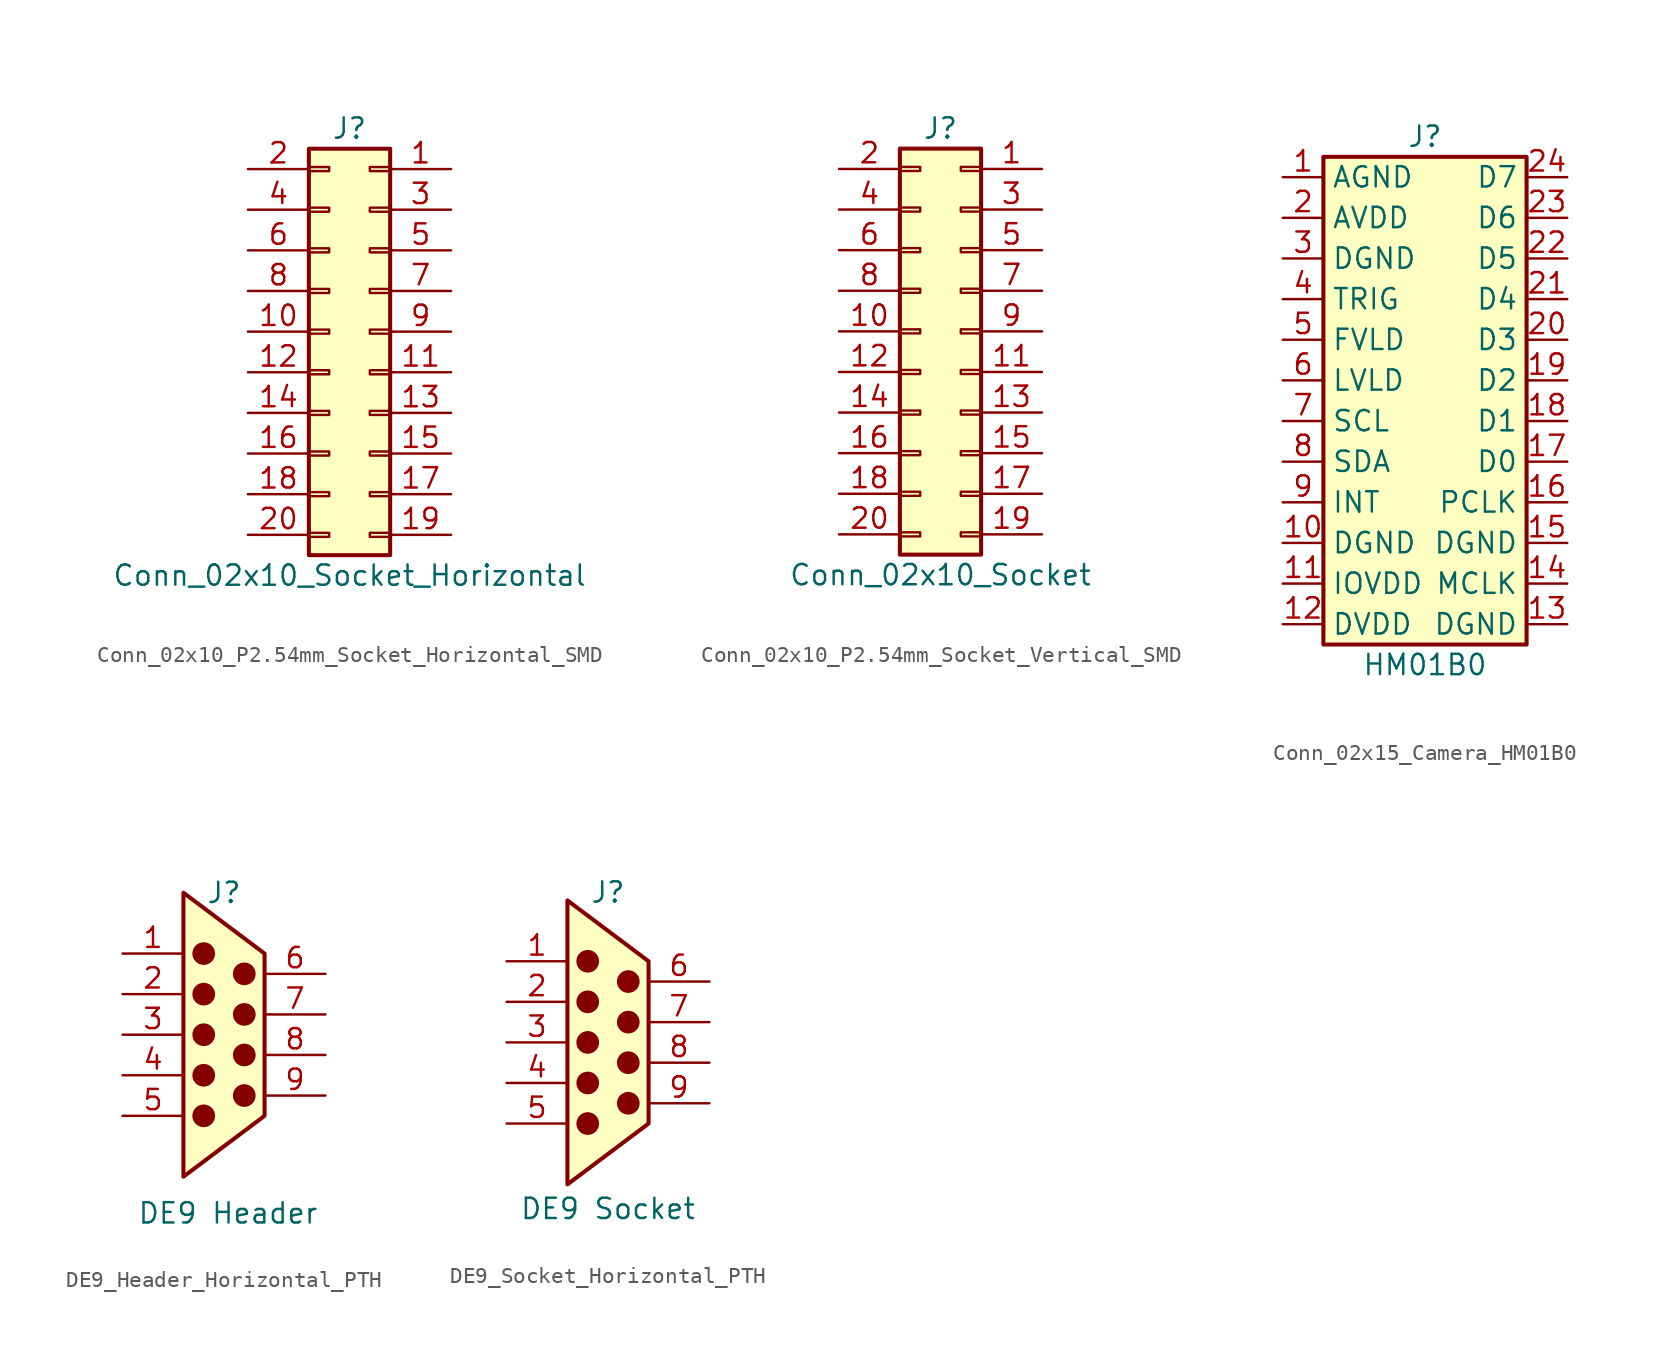
<source format=kicad_sym>
(kicad_symbol_lib
  (version 20241209)
  (generator "kicad_symbol_editor")
  (generator_version "9.0")
  (symbol "Conn_02x10_P2.54mm_Socket_Horizontal_SMD"
    (pin_names
      (offset 1.016)
      (hide yes))
    (property "Reference" "J"
      (at 0 12.7 0)
      (effects (font (size 1.27 1.27))))
    (property "Value" "Conn_02x10_Socket_Horizontal"
      (at 0 -15.24 0)
      (effects (font (size 1.27 1.27))))
    (symbol "Conn_02x10_P2.54mm_Socket_Horizontal_SMD_1_1"
      (rectangle (start -1.27 10.287) (end -2.54 10.033) (stroke (width 0.152) (type default)) (fill (type none)))
      (rectangle (start -1.27 7.747) (end -2.54 7.493) (stroke (width 0.152) (type default)) (fill (type none)))
      (rectangle (start -1.27 5.207) (end -2.54 4.953) (stroke (width 0.152) (type default)) (fill (type none)))
      (rectangle (start -1.27 2.667) (end -2.54 2.413) (stroke (width 0.152) (type default)) (fill (type none)))
      (rectangle (start -1.27 0.127) (end -2.54 -0.127) (stroke (width 0.152) (type default)) (fill (type none)))
      (rectangle (start -1.27 -2.413) (end -2.54 -2.667) (stroke (width 0.152) (type default)) (fill (type none)))
      (rectangle (start -1.27 -4.953) (end -2.54 -5.207) (stroke (width 0.152) (type default)) (fill (type none)))
      (rectangle (start -1.27 -7.493) (end -2.54 -7.747) (stroke (width 0.152) (type default)) (fill (type none)))
      (rectangle (start -1.27 -10.033) (end -2.54 -10.287) (stroke (width 0.152) (type default)) (fill (type none)))
      (rectangle (start -1.27 -12.573) (end -2.54 -12.827) (stroke (width 0.152) (type default)) (fill (type none)))
      (rectangle (start 2.54 11.43) (end -2.54 -13.97) (stroke (width 0.254) (type default)) (fill (type background)))
      (rectangle (start 2.54 10.287) (end 1.27 10.033) (stroke (width 0.152) (type default)) (fill (type none)))
      (rectangle (start 2.54 7.747) (end 1.27 7.493) (stroke (width 0.152) (type default)) (fill (type none)))
      (rectangle (start 2.54 5.207) (end 1.27 4.953) (stroke (width 0.152) (type default)) (fill (type none)))
      (rectangle (start 2.54 2.667) (end 1.27 2.413) (stroke (width 0.152) (type default)) (fill (type none)))
      (rectangle (start 2.54 0.127) (end 1.27 -0.127) (stroke (width 0.152) (type default)) (fill (type none)))
      (rectangle (start 2.54 -2.413) (end 1.27 -2.667) (stroke (width 0.152) (type default)) (fill (type none)))
      (rectangle (start 2.54 -4.953) (end 1.27 -5.207) (stroke (width 0.152) (type default)) (fill (type none)))
      (rectangle (start 2.54 -7.493) (end 1.27 -7.747) (stroke (width 0.152) (type default)) (fill (type none)))
      (rectangle (start 2.54 -10.033) (end 1.27 -10.287) (stroke (width 0.152) (type default)) (fill (type none)))
      (rectangle (start 2.54 -12.573) (end 1.27 -12.827) (stroke (width 0.152) (type default)) (fill (type none)))
      (pin passive line (at -6.35 10.16 0) (length 3.81) (name "Pin_2" (effects (font (size 1.27 1.27)))) (number "2" (effects (font (size 1.27 1.27)))))
      (pin passive line (at -6.35 7.62 0) (length 3.81) (name "Pin_4" (effects (font (size 1.27 1.27)))) (number "4" (effects (font (size 1.27 1.27)))))
      (pin passive line (at -6.35 5.08 0) (length 3.81) (name "Pin_6" (effects (font (size 1.27 1.27)))) (number "6" (effects (font (size 1.27 1.27)))))
      (pin passive line (at -6.35 2.54 0) (length 3.81) (name "Pin_8" (effects (font (size 1.27 1.27)))) (number "8" (effects (font (size 1.27 1.27)))))
      (pin passive line (at -6.35 0 0) (length 3.81) (name "Pin_10" (effects (font (size 1.27 1.27)))) (number "10" (effects (font (size 1.27 1.27)))))
      (pin passive line (at -6.35 -2.54 0) (length 3.81) (name "Pin_12" (effects (font (size 1.27 1.27)))) (number "12" (effects (font (size 1.27 1.27)))))
      (pin passive line (at -6.35 -5.08 0) (length 3.81) (name "Pin_14" (effects (font (size 1.27 1.27)))) (number "14" (effects (font (size 1.27 1.27)))))
      (pin passive line (at -6.35 -7.62 0) (length 3.81) (name "Pin_16" (effects (font (size 1.27 1.27)))) (number "16" (effects (font (size 1.27 1.27)))))
      (pin passive line (at -6.35 -10.16 0) (length 3.81) (name "Pin_18" (effects (font (size 1.27 1.27)))) (number "18" (effects (font (size 1.27 1.27)))))
      (pin passive line (at -6.35 -12.7 0) (length 3.81) (name "Pin_20" (effects (font (size 1.27 1.27)))) (number "20" (effects (font (size 1.27 1.27)))))
      (pin passive line (at 6.35 10.16 180) (length 3.81) (name "Pin_1" (effects (font (size 1.27 1.27)))) (number "1" (effects (font (size 1.27 1.27)))))
      (pin passive line (at 6.35 7.62 180) (length 3.81) (name "Pin_3" (effects (font (size 1.27 1.27)))) (number "3" (effects (font (size 1.27 1.27)))))
      (pin passive line (at 6.35 5.08 180) (length 3.81) (name "Pin_5" (effects (font (size 1.27 1.27)))) (number "5" (effects (font (size 1.27 1.27)))))
      (pin passive line (at 6.35 2.54 180) (length 3.81) (name "Pin_7" (effects (font (size 1.27 1.27)))) (number "7" (effects (font (size 1.27 1.27)))))
      (pin passive line (at 6.35 0 180) (length 3.81) (name "Pin_9" (effects (font (size 1.27 1.27)))) (number "9" (effects (font (size 1.27 1.27)))))
      (pin passive line (at 6.35 -2.54 180) (length 3.81) (name "Pin_11" (effects (font (size 1.27 1.27)))) (number "11" (effects (font (size 1.27 1.27)))))
      (pin passive line (at 6.35 -5.08 180) (length 3.81) (name "Pin_13" (effects (font (size 1.27 1.27)))) (number "13" (effects (font (size 1.27 1.27)))))
      (pin passive line (at 6.35 -7.62 180) (length 3.81) (name "Pin_15" (effects (font (size 1.27 1.27)))) (number "15" (effects (font (size 1.27 1.27)))))
      (pin passive line (at 6.35 -10.16 180) (length 3.81) (name "Pin_17" (effects (font (size 1.27 1.27)))) (number "17" (effects (font (size 1.27 1.27)))))
      (pin passive line (at 6.35 -12.7 180) (length 3.81) (name "Pin_19" (effects (font (size 1.27 1.27)))) (number "19" (effects (font (size 1.27 1.27)))))))
  (symbol "Conn_02x10_P2.54mm_Socket_Vertical_SMD"
    (pin_names
      (offset 1.016)
      (hide yes))
    (property "Reference" "J"
      (at 0 12.7 0)
      (effects (font (size 1.27 1.27))))
    (property "Value" "Conn_02x10_Socket"
      (at 0 -15.24 0)
      (effects (font (size 1.27 1.27))))
    (symbol "Conn_02x10_P2.54mm_Socket_Vertical_SMD_1_1"
      (rectangle (start -2.54 11.43) (end 2.54 -13.97) (stroke (width 0.254) (type default)) (fill (type background)))
      (rectangle (start -2.54 10.287) (end -1.27 10.033) (stroke (width 0.152) (type default)) (fill (type none)))
      (rectangle (start -2.54 7.747) (end -1.27 7.493) (stroke (width 0.152) (type default)) (fill (type none)))
      (rectangle (start -2.54 5.207) (end -1.27 4.953) (stroke (width 0.152) (type default)) (fill (type none)))
      (rectangle (start -2.54 2.667) (end -1.27 2.413) (stroke (width 0.152) (type default)) (fill (type none)))
      (rectangle (start -2.54 0.127) (end -1.27 -0.127) (stroke (width 0.152) (type default)) (fill (type none)))
      (rectangle (start -2.54 -2.413) (end -1.27 -2.667) (stroke (width 0.152) (type default)) (fill (type none)))
      (rectangle (start -2.54 -4.953) (end -1.27 -5.207) (stroke (width 0.152) (type default)) (fill (type none)))
      (rectangle (start -2.54 -7.493) (end -1.27 -7.747) (stroke (width 0.152) (type default)) (fill (type none)))
      (rectangle (start -2.54 -10.033) (end -1.27 -10.287) (stroke (width 0.152) (type default)) (fill (type none)))
      (rectangle (start -2.54 -12.573) (end -1.27 -12.827) (stroke (width 0.152) (type default)) (fill (type none)))
      (rectangle (start 1.27 10.287) (end 2.54 10.033) (stroke (width 0.152) (type default)) (fill (type none)))
      (rectangle (start 1.27 7.747) (end 2.54 7.493) (stroke (width 0.152) (type default)) (fill (type none)))
      (rectangle (start 1.27 5.207) (end 2.54 4.953) (stroke (width 0.152) (type default)) (fill (type none)))
      (rectangle (start 1.27 2.667) (end 2.54 2.413) (stroke (width 0.152) (type default)) (fill (type none)))
      (rectangle (start 1.27 0.127) (end 2.54 -0.127) (stroke (width 0.152) (type default)) (fill (type none)))
      (rectangle (start 1.27 -2.413) (end 2.54 -2.667) (stroke (width 0.152) (type default)) (fill (type none)))
      (rectangle (start 1.27 -4.953) (end 2.54 -5.207) (stroke (width 0.152) (type default)) (fill (type none)))
      (rectangle (start 1.27 -7.493) (end 2.54 -7.747) (stroke (width 0.152) (type default)) (fill (type none)))
      (rectangle (start 1.27 -10.033) (end 2.54 -10.287) (stroke (width 0.152) (type default)) (fill (type none)))
      (rectangle (start 1.27 -12.573) (end 2.54 -12.827) (stroke (width 0.152) (type default)) (fill (type none)))
      (pin passive line (at -6.35 10.16 0) (length 3.81) (name "Pin_2" (effects (font (size 1.27 1.27)))) (number "2" (effects (font (size 1.27 1.27)))))
      (pin passive line (at -6.35 7.62 0) (length 3.81) (name "Pin_4" (effects (font (size 1.27 1.27)))) (number "4" (effects (font (size 1.27 1.27)))))
      (pin passive line (at -6.35 5.08 0) (length 3.81) (name "Pin_6" (effects (font (size 1.27 1.27)))) (number "6" (effects (font (size 1.27 1.27)))))
      (pin passive line (at -6.35 2.54 0) (length 3.81) (name "Pin_8" (effects (font (size 1.27 1.27)))) (number "8" (effects (font (size 1.27 1.27)))))
      (pin passive line (at -6.35 0 0) (length 3.81) (name "Pin_10" (effects (font (size 1.27 1.27)))) (number "10" (effects (font (size 1.27 1.27)))))
      (pin passive line (at -6.35 -2.54 0) (length 3.81) (name "Pin_12" (effects (font (size 1.27 1.27)))) (number "12" (effects (font (size 1.27 1.27)))))
      (pin passive line (at -6.35 -5.08 0) (length 3.81) (name "Pin_14" (effects (font (size 1.27 1.27)))) (number "14" (effects (font (size 1.27 1.27)))))
      (pin passive line (at -6.35 -7.62 0) (length 3.81) (name "Pin_16" (effects (font (size 1.27 1.27)))) (number "16" (effects (font (size 1.27 1.27)))))
      (pin passive line (at -6.35 -10.16 0) (length 3.81) (name "Pin_18" (effects (font (size 1.27 1.27)))) (number "18" (effects (font (size 1.27 1.27)))))
      (pin passive line (at -6.35 -12.7 0) (length 3.81) (name "Pin_20" (effects (font (size 1.27 1.27)))) (number "20" (effects (font (size 1.27 1.27)))))
      (pin passive line (at 6.35 10.16 180) (length 3.81) (name "Pin_1" (effects (font (size 1.27 1.27)))) (number "1" (effects (font (size 1.27 1.27)))))
      (pin passive line (at 6.35 7.62 180) (length 3.81) (name "Pin_3" (effects (font (size 1.27 1.27)))) (number "3" (effects (font (size 1.27 1.27)))))
      (pin passive line (at 6.35 5.08 180) (length 3.81) (name "Pin_5" (effects (font (size 1.27 1.27)))) (number "5" (effects (font (size 1.27 1.27)))))
      (pin passive line (at 6.35 2.54 180) (length 3.81) (name "Pin_7" (effects (font (size 1.27 1.27)))) (number "7" (effects (font (size 1.27 1.27)))))
      (pin passive line (at 6.35 0 180) (length 3.81) (name "Pin_9" (effects (font (size 1.27 1.27)))) (number "9" (effects (font (size 1.27 1.27)))))
      (pin passive line (at 6.35 -2.54 180) (length 3.81) (name "Pin_11" (effects (font (size 1.27 1.27)))) (number "11" (effects (font (size 1.27 1.27)))))
      (pin passive line (at 6.35 -5.08 180) (length 3.81) (name "Pin_13" (effects (font (size 1.27 1.27)))) (number "13" (effects (font (size 1.27 1.27)))))
      (pin passive line (at 6.35 -7.62 180) (length 3.81) (name "Pin_15" (effects (font (size 1.27 1.27)))) (number "15" (effects (font (size 1.27 1.27)))))
      (pin passive line (at 6.35 -10.16 180) (length 3.81) (name "Pin_17" (effects (font (size 1.27 1.27)))) (number "17" (effects (font (size 1.27 1.27)))))
      (pin passive line (at 6.35 -12.7 180) (length 3.81) (name "Pin_19" (effects (font (size 1.27 1.27)))) (number "19" (effects (font (size 1.27 1.27)))))))
  (symbol "Conn_02x15_Camera_HM01B0"
    (property "Reference" "J"
      (at 0 16.51 0)
      (effects (font (size 1.27 1.27))))
    (property "Value" "HM01B0"
      (at 0 -16.51 0)
      (effects (font (size 1.27 1.27))))
    (symbol "Conn_02x15_Camera_HM01B0_1_1"
      (rectangle (start -6.35 15.24) (end 6.35 -15.24) (stroke (width 0.254) (type default)) (fill (type background)))
      (pin power_out line (at -8.89 13.97 0) (length 2.54) (name "AGND" (effects (font (size 1.27 1.27)))) (number "1" (effects (font (size 1.27 1.27)))))
      (pin power_in line (at -8.89 11.43 0) (length 2.54) (name "AVDD" (effects (font (size 1.27 1.27)))) (number "2" (effects (font (size 1.27 1.27)))))
      (pin power_out line (at -8.89 8.89 0) (length 2.54) (name "DGND" (effects (font (size 1.27 1.27)))) (number "3" (effects (font (size 1.27 1.27)))))
      (pin input line (at -8.89 6.35 0) (length 2.54) (name "TRIG" (effects (font (size 1.27 1.27)))) (number "4" (effects (font (size 1.27 1.27)))))
      (pin output line (at -8.89 3.81 0) (length 2.54) (name "FVLD" (effects (font (size 1.27 1.27)))) (number "5" (effects (font (size 1.27 1.27)))))
      (pin output line (at -8.89 1.27 0) (length 2.54) (name "LVLD" (effects (font (size 1.27 1.27)))) (number "6" (effects (font (size 1.27 1.27)))))
      (pin input line (at -8.89 -1.27 0) (length 2.54) (name "SCL" (effects (font (size 1.27 1.27)))) (number "7" (effects (font (size 1.27 1.27)))))
      (pin bidirectional line (at -8.89 -3.81 0) (length 2.54) (name "SDA" (effects (font (size 1.27 1.27)))) (number "8" (effects (font (size 1.27 1.27)))))
      (pin output line (at -8.89 -6.35 0) (length 2.54) (name "INT" (effects (font (size 1.27 1.27)))) (number "9" (effects (font (size 1.27 1.27)))))
      (pin power_out line (at -8.89 -8.89 0) (length 2.54) (name "DGND" (effects (font (size 1.27 1.27)))) (number "10" (effects (font (size 1.27 1.27)))))
      (pin power_in line (at -8.89 -11.43 0) (length 2.54) (name "IOVDD" (effects (font (size 1.27 1.27)))) (number "11" (effects (font (size 1.27 1.27)))))
      (pin power_in line (at -8.89 -13.97 0) (length 2.54) (name "DVDD" (effects (font (size 1.27 1.27)))) (number "12" (effects (font (size 1.27 1.27)))))
      (pin output line (at 8.89 13.97 180) (length 2.54) (name "D7" (effects (font (size 1.27 1.27)))) (number "24" (effects (font (size 1.27 1.27)))))
      (pin output line (at 8.89 11.43 180) (length 2.54) (name "D6" (effects (font (size 1.27 1.27)))) (number "23" (effects (font (size 1.27 1.27)))))
      (pin output line (at 8.89 8.89 180) (length 2.54) (name "D5" (effects (font (size 1.27 1.27)))) (number "22" (effects (font (size 1.27 1.27)))))
      (pin output line (at 8.89 6.35 180) (length 2.54) (name "D4" (effects (font (size 1.27 1.27)))) (number "21" (effects (font (size 1.27 1.27)))))
      (pin output line (at 8.89 3.81 180) (length 2.54) (name "D3" (effects (font (size 1.27 1.27)))) (number "20" (effects (font (size 1.27 1.27)))))
      (pin output line (at 8.89 1.27 180) (length 2.54) (name "D2" (effects (font (size 1.27 1.27)))) (number "19" (effects (font (size 1.27 1.27)))))
      (pin output line (at 8.89 -1.27 180) (length 2.54) (name "D1" (effects (font (size 1.27 1.27)))) (number "18" (effects (font (size 1.27 1.27)))))
      (pin output line (at 8.89 -3.81 180) (length 2.54) (name "D0" (effects (font (size 1.27 1.27)))) (number "17" (effects (font (size 1.27 1.27)))))
      (pin output line (at 8.89 -6.35 180) (length 2.54) (name "PCLK" (effects (font (size 1.27 1.27)))) (number "16" (effects (font (size 1.27 1.27)))))
      (pin power_out line (at 8.89 -8.89 180) (length 2.54) (name "DGND" (effects (font (size 1.27 1.27)))) (number "15" (effects (font (size 1.27 1.27)))))
      (pin input line (at 8.89 -11.43 180) (length 2.54) (name "MCLK" (effects (font (size 1.27 1.27)))) (number "14" (effects (font (size 1.27 1.27)))))
      (pin power_out line (at 8.89 -13.97 180) (length 2.54) (name "DGND" (effects (font (size 1.27 1.27)))) (number "13" (effects (font (size 1.27 1.27)))))))
  (symbol "DE9_Header_Horizontal_PTH"
    (pin_names
      (hide yes))
    (property "Reference" "J"
      (at 0 8.89 0)
      (effects (font (size 1.27 1.27))))
    (property "Value" "DE9 Header"
      (at 0.254 -11.176 0)
      (effects (font (size 1.27 1.27))))
    (symbol "DE9_Header_Horizontal_PTH_0_1"
      (polyline (pts (xy -2.54 -8.89) (xy -2.54 8.89) (xy 2.54 5.08) (xy 2.54 -5.08) (xy -2.54 -8.89)) (stroke (width 0.254) (type default)) (fill (type background))))
    (symbol "DE9_Header_Horizontal_PTH_1_1"
      (circle (center -1.27 5.08) (radius 0.635) (stroke (width 0) (type solid)) (fill (type outline)))
      (circle (center -1.27 2.54) (radius 0.635) (stroke (width 0) (type solid)) (fill (type outline)))
      (circle (center -1.27 0) (radius 0.635) (stroke (width 0) (type solid)) (fill (type outline)))
      (circle (center -1.27 -2.54) (radius 0.635) (stroke (width 0) (type solid)) (fill (type outline)))
      (circle (center -1.27 -5.08) (radius 0.635) (stroke (width 0) (type solid)) (fill (type outline)))
      (circle (center 1.27 3.81) (radius 0.635) (stroke (width 0) (type solid)) (fill (type outline)))
      (circle (center 1.27 1.27) (radius 0.635) (stroke (width 0) (type solid)) (fill (type outline)))
      (circle (center 1.27 -1.27) (radius 0.635) (stroke (width 0) (type solid)) (fill (type outline)))
      (circle (center 1.27 -3.81) (radius 0.635) (stroke (width 0) (type solid)) (fill (type outline)))
      (pin passive line (at -6.35 5.08 0) (length 3.81) (name "1" (effects (font (size 1.27 1.27)))) (number "1" (effects (font (size 1.27 1.27)))))
      (pin passive line (at -6.35 2.54 0) (length 3.81) (name "2" (effects (font (size 1.27 1.27)))) (number "2" (effects (font (size 1.27 1.27)))))
      (pin passive line (at -6.35 0 0) (length 3.81) (name "3" (effects (font (size 1.27 1.27)))) (number "3" (effects (font (size 1.27 1.27)))))
      (pin passive line (at -6.35 -2.54 0) (length 3.81) (name "4" (effects (font (size 1.27 1.27)))) (number "4" (effects (font (size 1.27 1.27)))))
      (pin passive line (at -6.35 -5.08 0) (length 3.81) (name "5" (effects (font (size 1.27 1.27)))) (number "5" (effects (font (size 1.27 1.27)))))
      (pin passive line (at 6.35 3.81 180) (length 3.81) (name "6" (effects (font (size 1.27 1.27)))) (number "6" (effects (font (size 1.27 1.27)))))
      (pin passive line (at 6.35 1.27 180) (length 3.81) (name "7" (effects (font (size 1.27 1.27)))) (number "7" (effects (font (size 1.27 1.27)))))
      (pin passive line (at 6.35 -1.27 180) (length 3.81) (name "8" (effects (font (size 1.27 1.27)))) (number "8" (effects (font (size 1.27 1.27)))))
      (pin passive line (at 6.35 -3.81 180) (length 3.81) (name "9" (effects (font (size 1.27 1.27)))) (number "9" (effects (font (size 1.27 1.27)))))))
  (symbol "DE9_Socket_Horizontal_PTH"
    (pin_names
      (hide yes))
    (property "Reference" "J"
      (at 0 9.398 0)
      (effects (font (size 1.27 1.27))))
    (property "Value" "DE9 Socket"
      (at 0 -10.414 0)
      (effects (font (size 1.27 1.27))))
    (symbol "DE9_Socket_Horizontal_PTH_0_1"
      (polyline (pts (xy -2.54 -8.89) (xy -2.54 8.89) (xy 2.54 5.08) (xy 2.54 -5.08) (xy -2.54 -8.89)) (stroke (width 0.254) (type default)) (fill (type background))))
    (symbol "DE9_Socket_Horizontal_PTH_1_1"
      (circle (center -1.27 5.08) (radius 0.635) (stroke (width 0) (type solid)) (fill (type outline)))
      (circle (center -1.27 2.54) (radius 0.635) (stroke (width 0) (type solid)) (fill (type outline)))
      (circle (center -1.27 0) (radius 0.635) (stroke (width 0) (type solid)) (fill (type outline)))
      (circle (center -1.27 -2.54) (radius 0.635) (stroke (width 0) (type solid)) (fill (type outline)))
      (circle (center -1.27 -5.08) (radius 0.635) (stroke (width 0) (type solid)) (fill (type outline)))
      (circle (center 1.27 3.81) (radius 0.635) (stroke (width 0) (type solid)) (fill (type outline)))
      (circle (center 1.27 1.27) (radius 0.635) (stroke (width 0) (type solid)) (fill (type outline)))
      (circle (center 1.27 -1.27) (radius 0.635) (stroke (width 0) (type solid)) (fill (type outline)))
      (circle (center 1.27 -3.81) (radius 0.635) (stroke (width 0) (type solid)) (fill (type outline)))
      (pin passive line (at -6.35 5.08 0) (length 3.81) (name "1" (effects (font (size 1.27 1.27)))) (number "1" (effects (font (size 1.27 1.27)))))
      (pin passive line (at -6.35 2.54 0) (length 3.81) (name "2" (effects (font (size 1.27 1.27)))) (number "2" (effects (font (size 1.27 1.27)))))
      (pin passive line (at -6.35 0 0) (length 3.81) (name "3" (effects (font (size 1.27 1.27)))) (number "3" (effects (font (size 1.27 1.27)))))
      (pin passive line (at -6.35 -2.54 0) (length 3.81) (name "4" (effects (font (size 1.27 1.27)))) (number "4" (effects (font (size 1.27 1.27)))))
      (pin passive line (at -6.35 -5.08 0) (length 3.81) (name "5" (effects (font (size 1.27 1.27)))) (number "5" (effects (font (size 1.27 1.27)))))
      (pin passive line (at 6.35 3.81 180) (length 3.81) (name "6" (effects (font (size 1.27 1.27)))) (number "6" (effects (font (size 1.27 1.27)))))
      (pin passive line (at 6.35 1.27 180) (length 3.81) (name "7" (effects (font (size 1.27 1.27)))) (number "7" (effects (font (size 1.27 1.27)))))
      (pin passive line (at 6.35 -1.27 180) (length 3.81) (name "8" (effects (font (size 1.27 1.27)))) (number "8" (effects (font (size 1.27 1.27)))))
      (pin passive line (at 6.35 -3.81 180) (length 3.81) (name "9" (effects (font (size 1.27 1.27)))) (number "9" (effects (font (size 1.27 1.27))))))))
</source>
